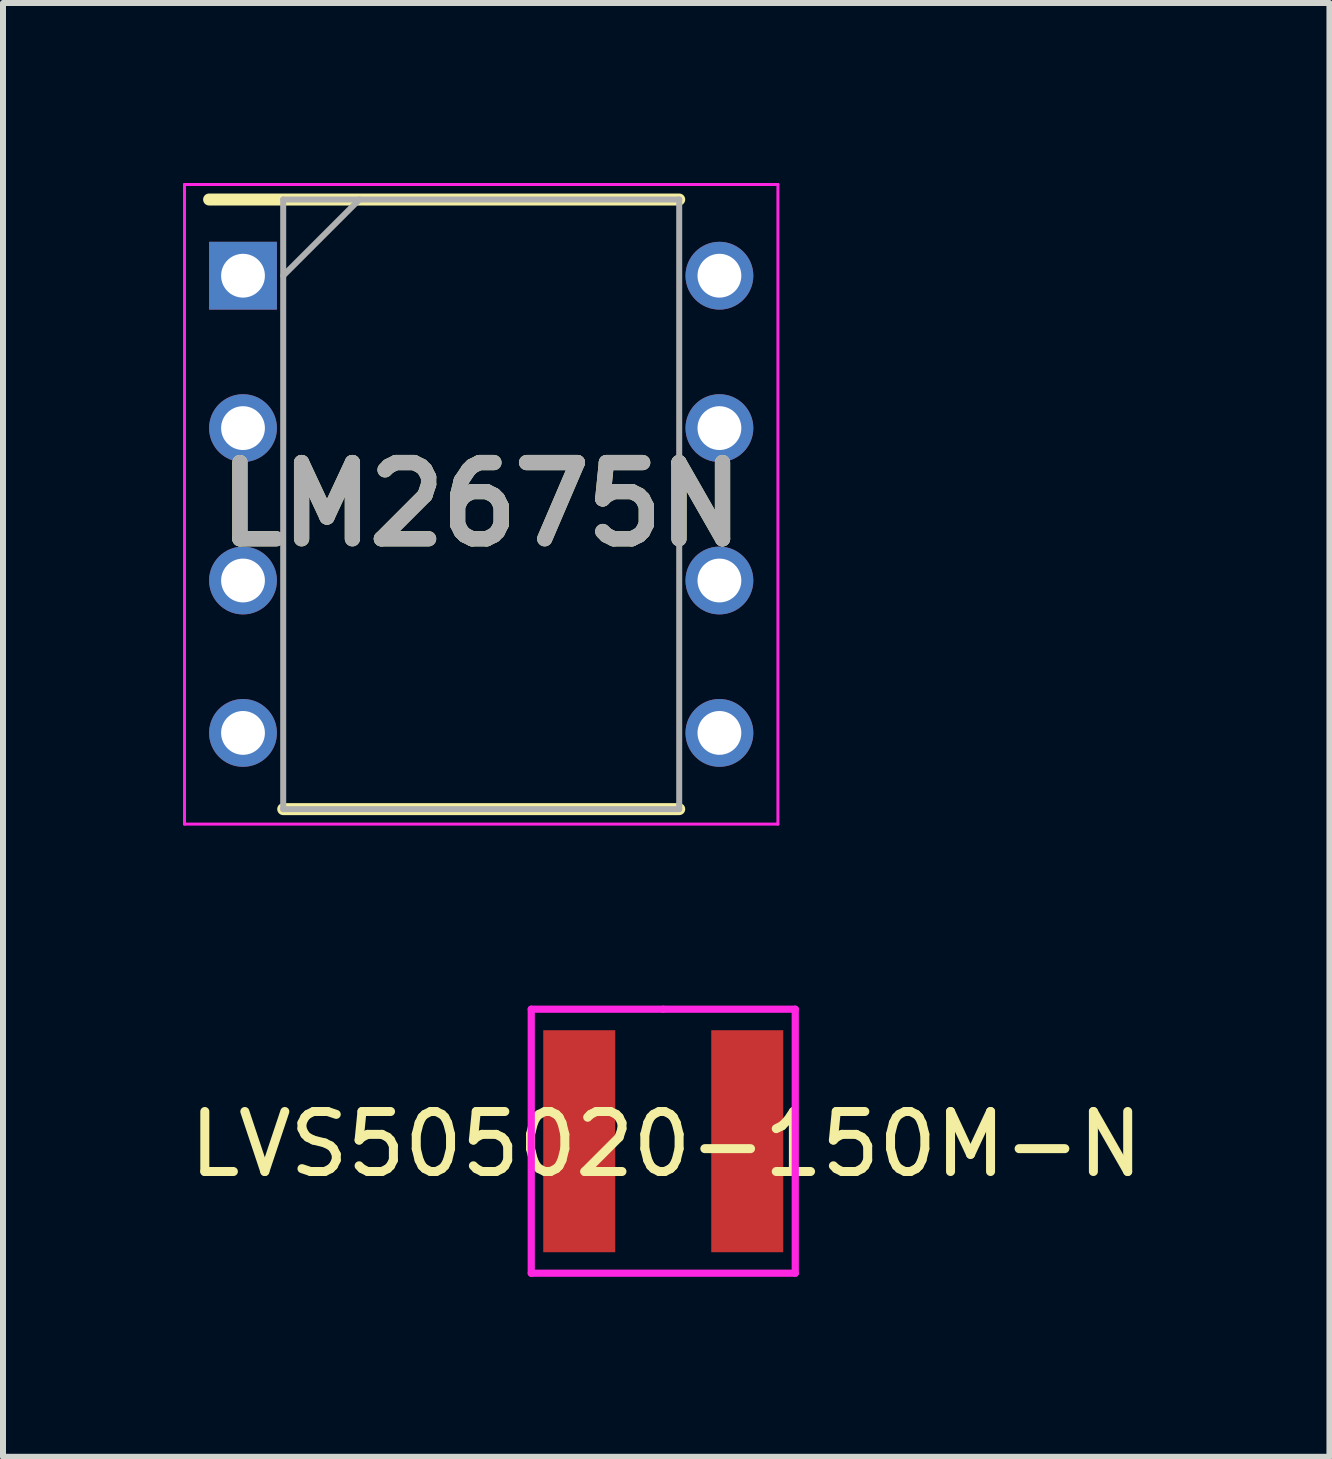
<source format=kicad_pcb>
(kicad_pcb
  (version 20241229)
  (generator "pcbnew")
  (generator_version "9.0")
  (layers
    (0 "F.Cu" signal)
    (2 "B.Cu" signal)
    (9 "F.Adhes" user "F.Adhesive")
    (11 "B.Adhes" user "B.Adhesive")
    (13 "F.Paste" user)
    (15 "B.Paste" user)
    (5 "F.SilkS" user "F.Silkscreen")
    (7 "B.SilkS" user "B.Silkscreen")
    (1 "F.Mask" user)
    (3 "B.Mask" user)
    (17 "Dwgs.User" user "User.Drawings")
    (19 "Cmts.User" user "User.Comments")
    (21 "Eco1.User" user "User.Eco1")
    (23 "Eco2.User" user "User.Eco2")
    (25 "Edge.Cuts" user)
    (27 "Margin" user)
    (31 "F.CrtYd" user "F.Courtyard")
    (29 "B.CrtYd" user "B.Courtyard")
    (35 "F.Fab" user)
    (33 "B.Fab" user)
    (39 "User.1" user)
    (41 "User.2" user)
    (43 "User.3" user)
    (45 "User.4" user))
  (footprint "LVS505020-150M-N"
    (layer "F.Cu")
    (at 8.004 15.97)
    (property "Reference" "LVS505020-150M-N" (at 0.05 0.05 0) (layer "F.SilkS") (effects (font (size 1 1) (thickness 0.15))))
    (attr through_hole)
    (fp_line (start -2.2 -2.2) (end 0 -2.2) (stroke (width 0.12) (type solid)) (layer "F.CrtYd"))
    (fp_line (start -2.2 2.2) (end -2.2 -2.2) (stroke (width 0.12) (type solid)) (layer "F.CrtYd"))
    (fp_line (start 0 -2.2) (end 2.2 -2.2) (stroke (width 0.12) (type solid)) (layer "F.CrtYd"))
    (fp_line (start 2.2 -2.2) (end 2.2 2.2) (stroke (width 0.12) (type solid)) (layer "F.CrtYd"))
    (fp_line (start 2.2 2.2) (end -2.2 2.2) (stroke (width 0.12) (type solid)) (layer "F.CrtYd"))
    (pad "1" smd rect (at -1.4 0 90) (size 3.7 1.2) (layers "F.Cu" "F.Mask" "F.Paste"))
    (pad "2" smd rect (at 1.4 0 90) (size 3.7 1.2) (layers "F.Cu" "F.Mask" "F.Paste")))
  (footprint "LM2675N"
    (layer "F.Cu")
    (at 4.97 5.355)
    (property "Reference" "LM2675N" (at 0 0 0) (layer "F.SilkS") (effects (font (size 1.27 1.27) (thickness 0.254))))
    (attr through_hole)
    (fp_line (start -4.535 -5.08) (end 3.3 -5.08) (stroke (width 0.2) (type solid)) (layer "F.SilkS"))
    (fp_line (start -3.3 5.08) (end 3.3 5.08) (stroke (width 0.2) (type solid)) (layer "F.SilkS"))
    (fp_line (start -4.945 -5.33) (end 4.945 -5.33) (stroke (width 0.05) (type solid)) (layer "F.CrtYd"))
    (fp_line (start -4.945 5.33) (end -4.945 -5.33) (stroke (width 0.05) (type solid)) (layer "F.CrtYd"))
    (fp_line (start 4.945 -5.33) (end 4.945 5.33) (stroke (width 0.05) (type solid)) (layer "F.CrtYd"))
    (fp_line (start 4.945 5.33) (end -4.945 5.33) (stroke (width 0.05) (type solid)) (layer "F.CrtYd"))
    (fp_line (start -3.3 -5.08) (end 3.3 -5.08) (stroke (width 0.1) (type solid)) (layer "F.Fab"))
    (fp_line (start -3.3 -3.81) (end -2.03 -5.08) (stroke (width 0.1) (type solid)) (layer "F.Fab"))
    (fp_line (start -3.3 5.08) (end -3.3 -5.08) (stroke (width 0.1) (type solid)) (layer "F.Fab"))
    (fp_line (start 3.3 -5.08) (end 3.3 5.08) (stroke (width 0.1) (type solid)) (layer "F.Fab"))
    (fp_line (start 3.3 5.08) (end -3.3 5.08) (stroke (width 0.1) (type solid)) (layer "F.Fab"))
    (fp_text user "${REFERENCE}" (at 0 0 0) (layer "F.Fab") (effects (font (size 1.27 1.27) (thickness 0.254))))
    (pad "1" thru_hole rect (at -3.97 -3.81) (size 1.13 1.13) (drill 0.73) (layers "*.Cu" "*.Mask"))
    (pad "2" thru_hole circle (at -3.97 -1.27) (size 1.13 1.13) (drill 0.73) (layers "*.Cu" "*.Mask"))
    (pad "3" thru_hole circle (at -3.97 1.27) (size 1.13 1.13) (drill 0.73) (layers "*.Cu" "*.Mask"))
    (pad "4" thru_hole circle (at -3.97 3.81) (size 1.13 1.13) (drill 0.73) (layers "*.Cu" "*.Mask"))
    (pad "5" thru_hole circle (at 3.97 3.81) (size 1.13 1.13) (drill 0.73) (layers "*.Cu" "*.Mask"))
    (pad "6" thru_hole circle (at 3.97 1.27) (size 1.13 1.13) (drill 0.73) (layers "*.Cu" "*.Mask"))
    (pad "7" thru_hole circle (at 3.97 -1.27) (size 1.13 1.13) (drill 0.73) (layers "*.Cu" "*.Mask"))
    (pad "8" thru_hole circle (at 3.97 -3.81) (size 1.13 1.13) (drill 0.73) (layers "*.Cu" "*.Mask")))
  (gr_rect
    (start -3 -3)
    (end 19.107 21.23)
    (stroke (width 0.1) (type default))
    (fill no)
    (layer "Edge.Cuts")))
</source>
